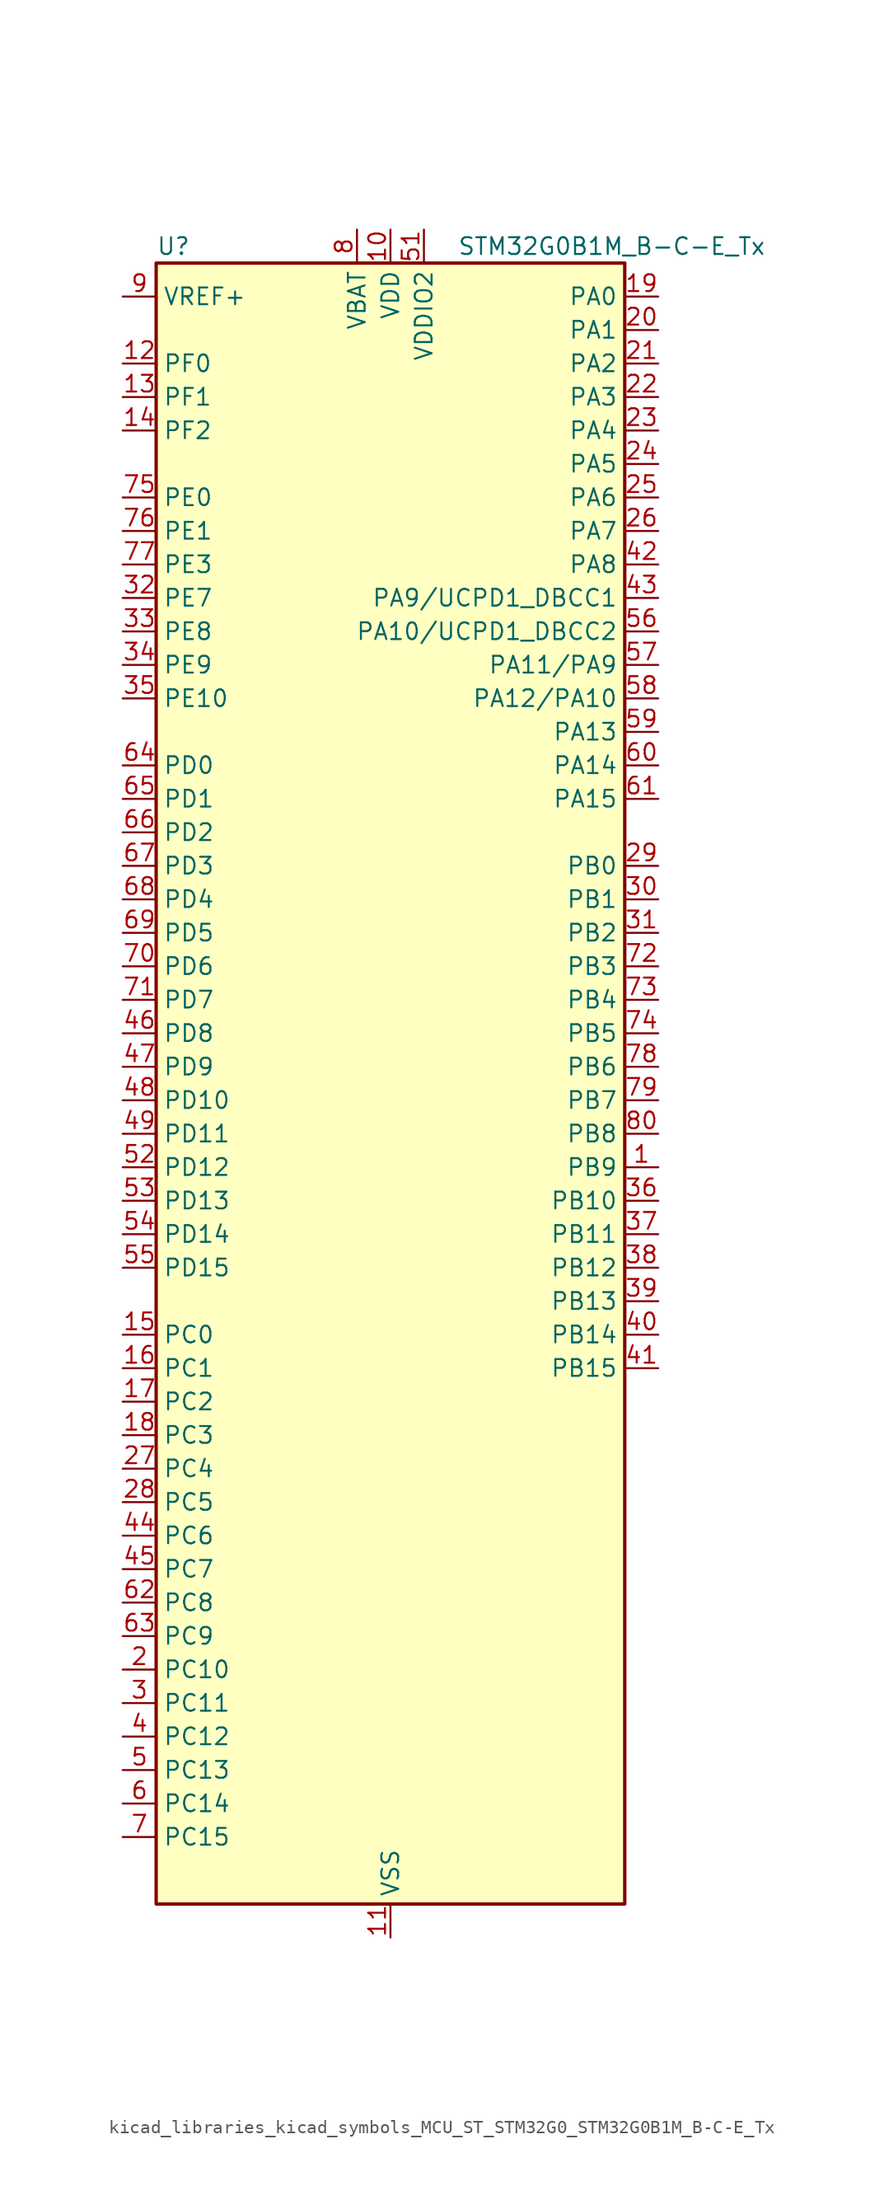
<source format=kicad_sym>
(kicad_symbol_lib
  (version 20220914)
  (generator kicad_symbol_editor)
  (symbol "kicad_libraries_kicad_symbols_MCU_ST_STM32G0_STM32G0B1M_B-C-E_Tx"
    (property "Reference" "U"
      (at -17.78 64.77 0)
      (effects (font (size 1.27 1.27)) (justify left)))
    (property "Value" "STM32G0B1M_B-C-E_Tx"
      (at 5.08 64.77 0)
      (effects (font (size 1.27 1.27)) (justify left)))
    (property "ki_locked" ""
      (at 0 0 0)
      (effects (font (size 1.27 1.27))))
    (symbol "kicad_libraries_kicad_symbols_MCU_ST_STM32G0_STM32G0B1M_B-C-E_Tx_0_1"
      (rectangle (start -17.78 -60.96) (end 17.78 63.5) (stroke (width 0.254) (type default)) (fill (type background))))
    (symbol "kicad_libraries_kicad_symbols_MCU_ST_STM32G0_STM32G0B1M_B-C-E_Tx_1_1"
      (pin bidirectional line (at 20.32 -5.08 180) (length 2.54) (name "PB9" (effects (font (size 1.27 1.27)))) (number "1" (effects (font (size 1.27 1.27)))) (alternate "DAC1_EXTI9" bidirectional line) (alternate "FDCAN1_TX" bidirectional line) (alternate "I2C1_SDA" bidirectional line) (alternate "I2S2_WS" bidirectional line) (alternate "IR_OUT" bidirectional line) (alternate "SPI2_NSS" bidirectional line) (alternate "TIM17_CH1" bidirectional line) (alternate "TIM4_CH4" bidirectional line) (alternate "UCPD2_FRSTX1" bidirectional line) (alternate "UCPD2_FRSTX2" bidirectional line) (alternate "USART3_RX" bidirectional line) (alternate "USART6_RX" bidirectional line))
      (pin power_in line (at 0 66.04 270) (length 2.54) (name "VDD" (effects (font (size 1.27 1.27)))) (number "10" (effects (font (size 1.27 1.27)))))
      (pin power_in line (at 0 -63.5 90) (length 2.54) (name "VSS" (effects (font (size 1.27 1.27)))) (number "11" (effects (font (size 1.27 1.27)))))
      (pin bidirectional line (at -20.32 55.88 0) (length 2.54) (name "PF0" (effects (font (size 1.27 1.27)))) (number "12" (effects (font (size 1.27 1.27)))) (alternate "CRS1_SYNC" bidirectional line) (alternate "RCC_OSC_IN" bidirectional line) (alternate "TIM14_CH1" bidirectional line))
      (pin bidirectional line (at -20.32 53.34 0) (length 2.54) (name "PF1" (effects (font (size 1.27 1.27)))) (number "13" (effects (font (size 1.27 1.27)))) (alternate "RCC_OSC_EN" bidirectional line) (alternate "RCC_OSC_OUT" bidirectional line) (alternate "TIM15_CH1N" bidirectional line))
      (pin bidirectional line (at -20.32 50.8 0) (length 2.54) (name "PF2" (effects (font (size 1.27 1.27)))) (number "14" (effects (font (size 1.27 1.27)))) (alternate "LPUART2_DE" bidirectional line) (alternate "LPUART2_RTS" bidirectional line) (alternate "LPUART2_TX" bidirectional line) (alternate "RCC_MCO" bidirectional line))
      (pin bidirectional line (at -20.32 -17.78 0) (length 2.54) (name "PC0" (effects (font (size 1.27 1.27)))) (number "15" (effects (font (size 1.27 1.27)))) (alternate "COMP3_INM" bidirectional line) (alternate "COMP3_OUT" bidirectional line) (alternate "I2C3_SCL" bidirectional line) (alternate "LPTIM1_IN1" bidirectional line) (alternate "LPTIM2_IN1" bidirectional line) (alternate "LPUART1_RX" bidirectional line) (alternate "LPUART2_TX" bidirectional line) (alternate "USART6_TX" bidirectional line))
      (pin bidirectional line (at -20.32 -20.32 0) (length 2.54) (name "PC1" (effects (font (size 1.27 1.27)))) (number "16" (effects (font (size 1.27 1.27)))) (alternate "COMP3_INP" bidirectional line) (alternate "I2C3_SDA" bidirectional line) (alternate "LPTIM1_OUT" bidirectional line) (alternate "LPUART1_TX" bidirectional line) (alternate "LPUART2_RX" bidirectional line) (alternate "TIM15_CH1" bidirectional line) (alternate "USART6_RX" bidirectional line))
      (pin bidirectional line (at -20.32 -22.86 0) (length 2.54) (name "PC2" (effects (font (size 1.27 1.27)))) (number "17" (effects (font (size 1.27 1.27)))) (alternate "COMP3_OUT" bidirectional line) (alternate "FDCAN2_RX" bidirectional line) (alternate "I2S2_MCK" bidirectional line) (alternate "LPTIM1_IN2" bidirectional line) (alternate "SPI2_MISO" bidirectional line) (alternate "TIM15_CH2" bidirectional line))
      (pin bidirectional line (at -20.32 -25.4 0) (length 2.54) (name "PC3" (effects (font (size 1.27 1.27)))) (number "18" (effects (font (size 1.27 1.27)))) (alternate "FDCAN2_TX" bidirectional line) (alternate "I2S2_SD" bidirectional line) (alternate "LPTIM1_ETR" bidirectional line) (alternate "LPTIM2_ETR" bidirectional line) (alternate "SPI2_MOSI" bidirectional line))
      (pin bidirectional line (at 20.32 60.96 180) (length 2.54) (name "PA0" (effects (font (size 1.27 1.27)))) (number "19" (effects (font (size 1.27 1.27)))) (alternate "ADC1_IN0" bidirectional line) (alternate "COMP1_INM" bidirectional line) (alternate "COMP1_OUT" bidirectional line) (alternate "I2S2_CK" bidirectional line) (alternate "LPTIM1_OUT" bidirectional line) (alternate "RTC_TAMP_IN2" bidirectional line) (alternate "SPI2_SCK" bidirectional line) (alternate "SYS_WKUP1" bidirectional line) (alternate "TIM2_CH1" bidirectional line) (alternate "TIM2_ETR" bidirectional line) (alternate "UCPD2_FRSTX1" bidirectional line) (alternate "UCPD2_FRSTX2" bidirectional line) (alternate "USART2_CTS" bidirectional line) (alternate "USART2_NSS" bidirectional line) (alternate "USART4_TX" bidirectional line))
      (pin bidirectional line (at -20.32 -43.18 0) (length 2.54) (name "PC10" (effects (font (size 1.27 1.27)))) (number "2" (effects (font (size 1.27 1.27)))) (alternate "SPI3_SCK" bidirectional line) (alternate "TIM1_CH3" bidirectional line) (alternate "USART3_TX" bidirectional line) (alternate "USART4_TX" bidirectional line))
      (pin bidirectional line (at 20.32 58.42 180) (length 2.54) (name "PA1" (effects (font (size 1.27 1.27)))) (number "20" (effects (font (size 1.27 1.27)))) (alternate "ADC1_IN1" bidirectional line) (alternate "COMP1_INP" bidirectional line) (alternate "I2C1_SMBA" bidirectional line) (alternate "I2S1_CK" bidirectional line) (alternate "SPI1_SCK" bidirectional line) (alternate "TIM15_CH1N" bidirectional line) (alternate "TIM2_CH2" bidirectional line) (alternate "USART2_CK" bidirectional line) (alternate "USART2_DE" bidirectional line) (alternate "USART2_RTS" bidirectional line) (alternate "USART4_RX" bidirectional line))
      (pin bidirectional line (at 20.32 55.88 180) (length 2.54) (name "PA2" (effects (font (size 1.27 1.27)))) (number "21" (effects (font (size 1.27 1.27)))) (alternate "ADC1_IN2" bidirectional line) (alternate "COMP2_INM" bidirectional line) (alternate "COMP2_OUT" bidirectional line) (alternate "I2S1_SD" bidirectional line) (alternate "LPUART1_TX" bidirectional line) (alternate "RCC_LSCO" bidirectional line) (alternate "SPI1_MOSI" bidirectional line) (alternate "SYS_WKUP4" bidirectional line) (alternate "TIM15_CH1" bidirectional line) (alternate "TIM2_CH3" bidirectional line) (alternate "UCPD1_FRSTX1" bidirectional line) (alternate "UCPD1_FRSTX2" bidirectional line) (alternate "USART2_TX" bidirectional line))
      (pin bidirectional line (at 20.32 53.34 180) (length 2.54) (name "PA3" (effects (font (size 1.27 1.27)))) (number "22" (effects (font (size 1.27 1.27)))) (alternate "ADC1_IN3" bidirectional line) (alternate "COMP2_INP" bidirectional line) (alternate "I2S2_MCK" bidirectional line) (alternate "LPUART1_RX" bidirectional line) (alternate "SPI2_MISO" bidirectional line) (alternate "TIM15_CH2" bidirectional line) (alternate "TIM2_CH4" bidirectional line) (alternate "UCPD2_FRSTX1" bidirectional line) (alternate "UCPD2_FRSTX2" bidirectional line) (alternate "USART2_RX" bidirectional line))
      (pin bidirectional line (at 20.32 50.8 180) (length 2.54) (name "PA4" (effects (font (size 1.27 1.27)))) (number "23" (effects (font (size 1.27 1.27)))) (alternate "ADC1_IN4" bidirectional line) (alternate "DAC1_OUT1" bidirectional line) (alternate "I2S1_WS" bidirectional line) (alternate "I2S2_SD" bidirectional line) (alternate "LPTIM2_OUT" bidirectional line) (alternate "RTC_OUT2" bidirectional line) (alternate "SPI1_NSS" bidirectional line) (alternate "SPI2_MOSI" bidirectional line) (alternate "SPI3_NSS" bidirectional line) (alternate "TIM14_CH1" bidirectional line) (alternate "UCPD2_FRSTX1" bidirectional line) (alternate "UCPD2_FRSTX2" bidirectional line) (alternate "USART6_TX" bidirectional line) (alternate "USB_NOE" bidirectional line))
      (pin bidirectional line (at 20.32 48.26 180) (length 2.54) (name "PA5" (effects (font (size 1.27 1.27)))) (number "24" (effects (font (size 1.27 1.27)))) (alternate "ADC1_IN5" bidirectional line) (alternate "CEC" bidirectional line) (alternate "DAC1_OUT2" bidirectional line) (alternate "I2S1_CK" bidirectional line) (alternate "LPTIM2_ETR" bidirectional line) (alternate "SPI1_SCK" bidirectional line) (alternate "TIM2_CH1" bidirectional line) (alternate "TIM2_ETR" bidirectional line) (alternate "UCPD1_FRSTX1" bidirectional line) (alternate "UCPD1_FRSTX2" bidirectional line) (alternate "USART3_TX" bidirectional line) (alternate "USART6_RX" bidirectional line))
      (pin bidirectional line (at 20.32 45.72 180) (length 2.54) (name "PA6" (effects (font (size 1.27 1.27)))) (number "25" (effects (font (size 1.27 1.27)))) (alternate "ADC1_IN6" bidirectional line) (alternate "COMP1_OUT" bidirectional line) (alternate "I2C2_SDA" bidirectional line) (alternate "I2C3_SDA" bidirectional line) (alternate "I2S1_MCK" bidirectional line) (alternate "LPUART1_CTS" bidirectional line) (alternate "SPI1_MISO" bidirectional line) (alternate "TIM16_CH1" bidirectional line) (alternate "TIM1_BK" bidirectional line) (alternate "TIM3_CH1" bidirectional line) (alternate "USART3_CTS" bidirectional line) (alternate "USART3_NSS" bidirectional line) (alternate "USART6_CTS" bidirectional line) (alternate "USART6_NSS" bidirectional line))
      (pin bidirectional line (at 20.32 43.18 180) (length 2.54) (name "PA7" (effects (font (size 1.27 1.27)))) (number "26" (effects (font (size 1.27 1.27)))) (alternate "ADC1_IN7" bidirectional line) (alternate "COMP2_OUT" bidirectional line) (alternate "I2C2_SCL" bidirectional line) (alternate "I2C3_SCL" bidirectional line) (alternate "I2S1_SD" bidirectional line) (alternate "SPI1_MOSI" bidirectional line) (alternate "TIM14_CH1" bidirectional line) (alternate "TIM17_CH1" bidirectional line) (alternate "TIM1_CH1N" bidirectional line) (alternate "TIM3_CH2" bidirectional line) (alternate "UCPD1_FRSTX1" bidirectional line) (alternate "UCPD1_FRSTX2" bidirectional line) (alternate "USART6_CK" bidirectional line) (alternate "USART6_DE" bidirectional line) (alternate "USART6_RTS" bidirectional line))
      (pin bidirectional line (at -20.32 -27.94 0) (length 2.54) (name "PC4" (effects (font (size 1.27 1.27)))) (number "27" (effects (font (size 1.27 1.27)))) (alternate "ADC1_IN17" bidirectional line) (alternate "COMP1_INM" bidirectional line) (alternate "FDCAN1_RX" bidirectional line) (alternate "TIM2_CH1" bidirectional line) (alternate "TIM2_ETR" bidirectional line) (alternate "USART1_TX" bidirectional line) (alternate "USART3_TX" bidirectional line))
      (pin bidirectional line (at -20.32 -30.48 0) (length 2.54) (name "PC5" (effects (font (size 1.27 1.27)))) (number "28" (effects (font (size 1.27 1.27)))) (alternate "ADC1_IN18" bidirectional line) (alternate "COMP1_INP" bidirectional line) (alternate "FDCAN1_TX" bidirectional line) (alternate "SYS_WKUP5" bidirectional line) (alternate "TIM2_CH2" bidirectional line) (alternate "USART1_RX" bidirectional line) (alternate "USART3_RX" bidirectional line))
      (pin bidirectional line (at 20.32 17.78 180) (length 2.54) (name "PB0" (effects (font (size 1.27 1.27)))) (number "29" (effects (font (size 1.27 1.27)))) (alternate "ADC1_IN8" bidirectional line) (alternate "COMP1_OUT" bidirectional line) (alternate "COMP3_INP" bidirectional line) (alternate "FDCAN2_RX" bidirectional line) (alternate "I2S1_WS" bidirectional line) (alternate "LPTIM1_OUT" bidirectional line) (alternate "LPUART2_CTS" bidirectional line) (alternate "SPI1_NSS" bidirectional line) (alternate "TIM1_CH2N" bidirectional line) (alternate "TIM3_CH3" bidirectional line) (alternate "UCPD1_FRSTX1" bidirectional line) (alternate "UCPD1_FRSTX2" bidirectional line) (alternate "USART3_RX" bidirectional line) (alternate "USART5_TX" bidirectional line))
      (pin bidirectional line (at -20.32 -45.72 0) (length 2.54) (name "PC11" (effects (font (size 1.27 1.27)))) (number "3" (effects (font (size 1.27 1.27)))) (alternate "ADC1_EXTI11" bidirectional line) (alternate "SPI3_MISO" bidirectional line) (alternate "TIM1_CH4" bidirectional line) (alternate "USART3_RX" bidirectional line) (alternate "USART4_RX" bidirectional line))
      (pin bidirectional line (at 20.32 15.24 180) (length 2.54) (name "PB1" (effects (font (size 1.27 1.27)))) (number "30" (effects (font (size 1.27 1.27)))) (alternate "ADC1_IN9" bidirectional line) (alternate "COMP1_INM" bidirectional line) (alternate "COMP3_OUT" bidirectional line) (alternate "FDCAN2_TX" bidirectional line) (alternate "LPTIM2_IN1" bidirectional line) (alternate "LPUART1_DE" bidirectional line) (alternate "LPUART1_RTS" bidirectional line) (alternate "LPUART2_DE" bidirectional line) (alternate "LPUART2_RTS" bidirectional line) (alternate "TIM14_CH1" bidirectional line) (alternate "TIM1_CH3N" bidirectional line) (alternate "TIM3_CH4" bidirectional line) (alternate "USART3_CK" bidirectional line) (alternate "USART3_DE" bidirectional line) (alternate "USART3_RTS" bidirectional line) (alternate "USART5_RX" bidirectional line))
      (pin bidirectional line (at 20.32 12.7 180) (length 2.54) (name "PB2" (effects (font (size 1.27 1.27)))) (number "31" (effects (font (size 1.27 1.27)))) (alternate "ADC1_IN10" bidirectional line) (alternate "COMP1_INP" bidirectional line) (alternate "COMP3_INM" bidirectional line) (alternate "I2S2_MCK" bidirectional line) (alternate "LPTIM1_OUT" bidirectional line) (alternate "RCC_MCO_2" bidirectional line) (alternate "SPI2_MISO" bidirectional line) (alternate "USART3_TX" bidirectional line))
      (pin bidirectional line (at -20.32 38.1 0) (length 2.54) (name "PE7" (effects (font (size 1.27 1.27)))) (number "32" (effects (font (size 1.27 1.27)))) (alternate "COMP3_INP" bidirectional line) (alternate "TIM1_ETR" bidirectional line) (alternate "USART5_CK" bidirectional line) (alternate "USART5_DE" bidirectional line) (alternate "USART5_RTS" bidirectional line))
      (pin bidirectional line (at -20.32 35.56 0) (length 2.54) (name "PE8" (effects (font (size 1.27 1.27)))) (number "33" (effects (font (size 1.27 1.27)))) (alternate "COMP3_INM" bidirectional line) (alternate "TIM1_CH1N" bidirectional line) (alternate "USART4_TX" bidirectional line))
      (pin bidirectional line (at -20.32 33.02 0) (length 2.54) (name "PE9" (effects (font (size 1.27 1.27)))) (number "34" (effects (font (size 1.27 1.27)))) (alternate "DAC1_EXTI9" bidirectional line) (alternate "TIM1_CH1" bidirectional line) (alternate "USART4_RX" bidirectional line))
      (pin bidirectional line (at -20.32 30.48 0) (length 2.54) (name "PE10" (effects (font (size 1.27 1.27)))) (number "35" (effects (font (size 1.27 1.27)))) (alternate "TIM1_CH2N" bidirectional line) (alternate "USART5_TX" bidirectional line))
      (pin bidirectional line (at 20.32 -7.62 180) (length 2.54) (name "PB10" (effects (font (size 1.27 1.27)))) (number "36" (effects (font (size 1.27 1.27)))) (alternate "ADC1_IN11" bidirectional line) (alternate "CEC" bidirectional line) (alternate "COMP1_OUT" bidirectional line) (alternate "I2C2_SCL" bidirectional line) (alternate "I2S2_CK" bidirectional line) (alternate "LPUART1_RX" bidirectional line) (alternate "SPI2_SCK" bidirectional line) (alternate "TIM2_CH3" bidirectional line) (alternate "USART3_TX" bidirectional line))
      (pin bidirectional line (at 20.32 -10.16 180) (length 2.54) (name "PB11" (effects (font (size 1.27 1.27)))) (number "37" (effects (font (size 1.27 1.27)))) (alternate "ADC1_EXTI11" bidirectional line) (alternate "ADC1_IN15" bidirectional line) (alternate "COMP2_OUT" bidirectional line) (alternate "I2C2_SDA" bidirectional line) (alternate "I2S2_SD" bidirectional line) (alternate "LPUART1_TX" bidirectional line) (alternate "SPI2_MOSI" bidirectional line) (alternate "TIM2_CH4" bidirectional line) (alternate "USART3_RX" bidirectional line))
      (pin bidirectional line (at 20.32 -12.7 180) (length 2.54) (name "PB12" (effects (font (size 1.27 1.27)))) (number "38" (effects (font (size 1.27 1.27)))) (alternate "ADC1_IN16" bidirectional line) (alternate "FDCAN2_RX" bidirectional line) (alternate "I2C2_SMBA" bidirectional line) (alternate "I2S2_WS" bidirectional line) (alternate "LPUART1_DE" bidirectional line) (alternate "LPUART1_RTS" bidirectional line) (alternate "SPI2_NSS" bidirectional line) (alternate "TIM15_BK" bidirectional line) (alternate "TIM1_BK" bidirectional line) (alternate "UCPD2_FRSTX1" bidirectional line) (alternate "UCPD2_FRSTX2" bidirectional line))
      (pin bidirectional line (at 20.32 -15.24 180) (length 2.54) (name "PB13" (effects (font (size 1.27 1.27)))) (number "39" (effects (font (size 1.27 1.27)))) (alternate "FDCAN2_TX" bidirectional line) (alternate "I2C2_SCL" bidirectional line) (alternate "I2S2_CK" bidirectional line) (alternate "LPUART1_CTS" bidirectional line) (alternate "SPI2_SCK" bidirectional line) (alternate "TIM15_CH1N" bidirectional line) (alternate "TIM1_CH1N" bidirectional line) (alternate "USART3_CTS" bidirectional line) (alternate "USART3_NSS" bidirectional line))
      (pin bidirectional line (at -20.32 -48.26 0) (length 2.54) (name "PC12" (effects (font (size 1.27 1.27)))) (number "4" (effects (font (size 1.27 1.27)))) (alternate "LPTIM1_IN1" bidirectional line) (alternate "SPI3_MOSI" bidirectional line) (alternate "TIM14_CH1" bidirectional line) (alternate "UCPD1_FRSTX1" bidirectional line) (alternate "UCPD1_FRSTX2" bidirectional line) (alternate "USART5_TX" bidirectional line))
      (pin bidirectional line (at 20.32 -17.78 180) (length 2.54) (name "PB14" (effects (font (size 1.27 1.27)))) (number "40" (effects (font (size 1.27 1.27)))) (alternate "I2C2_SDA" bidirectional line) (alternate "I2S2_MCK" bidirectional line) (alternate "SPI2_MISO" bidirectional line) (alternate "TIM15_CH1" bidirectional line) (alternate "TIM1_CH2N" bidirectional line) (alternate "UCPD1_FRSTX1" bidirectional line) (alternate "UCPD1_FRSTX2" bidirectional line) (alternate "USART3_CK" bidirectional line) (alternate "USART3_DE" bidirectional line) (alternate "USART3_RTS" bidirectional line) (alternate "USART6_CK" bidirectional line) (alternate "USART6_DE" bidirectional line) (alternate "USART6_RTS" bidirectional line))
      (pin bidirectional line (at 20.32 -20.32 180) (length 2.54) (name "PB15" (effects (font (size 1.27 1.27)))) (number "41" (effects (font (size 1.27 1.27)))) (alternate "I2S2_SD" bidirectional line) (alternate "RTC_REFIN" bidirectional line) (alternate "SPI2_MOSI" bidirectional line) (alternate "TIM15_CH1N" bidirectional line) (alternate "TIM15_CH2" bidirectional line) (alternate "TIM1_CH3N" bidirectional line) (alternate "UCPD1_CC2" bidirectional line) (alternate "USART6_CTS" bidirectional line) (alternate "USART6_NSS" bidirectional line))
      (pin bidirectional line (at 20.32 40.64 180) (length 2.54) (name "PA8" (effects (font (size 1.27 1.27)))) (number "42" (effects (font (size 1.27 1.27)))) (alternate "CRS1_SYNC" bidirectional line) (alternate "I2C2_SMBA" bidirectional line) (alternate "I2S2_WS" bidirectional line) (alternate "LPTIM2_OUT" bidirectional line) (alternate "RCC_MCO" bidirectional line) (alternate "SPI2_NSS" bidirectional line) (alternate "TIM1_CH1" bidirectional line) (alternate "UCPD1_CC1" bidirectional line))
      (pin bidirectional line (at 20.32 38.1 180) (length 2.54) (name "PA9/UCPD1_DBCC1" (effects (font (size 1.27 1.27)))) (number "43" (effects (font (size 1.27 1.27)))) (alternate "DAC1_EXTI9" bidirectional line) (alternate "I2C1_SCL" bidirectional line) (alternate "I2C2_SCL" bidirectional line) (alternate "I2S2_MCK" bidirectional line) (alternate "RCC_MCO" bidirectional line) (alternate "SPI2_MISO" bidirectional line) (alternate "TIM15_BK" bidirectional line) (alternate "TIM1_CH2" bidirectional line) (alternate "UCPD1_DBCC1" bidirectional line) (alternate "USART1_TX" bidirectional line))
      (pin bidirectional line (at -20.32 -33.02 0) (length 2.54) (name "PC6" (effects (font (size 1.27 1.27)))) (number "44" (effects (font (size 1.27 1.27)))) (alternate "LPUART2_TX" bidirectional line) (alternate "TIM2_CH3" bidirectional line) (alternate "TIM3_CH1" bidirectional line) (alternate "UCPD1_FRSTX1" bidirectional line) (alternate "UCPD1_FRSTX2" bidirectional line))
      (pin bidirectional line (at -20.32 -35.56 0) (length 2.54) (name "PC7" (effects (font (size 1.27 1.27)))) (number "45" (effects (font (size 1.27 1.27)))) (alternate "LPUART2_RX" bidirectional line) (alternate "TIM2_CH4" bidirectional line) (alternate "TIM3_CH2" bidirectional line) (alternate "UCPD2_FRSTX1" bidirectional line) (alternate "UCPD2_FRSTX2" bidirectional line))
      (pin bidirectional line (at -20.32 5.08 0) (length 2.54) (name "PD8" (effects (font (size 1.27 1.27)))) (number "46" (effects (font (size 1.27 1.27)))) (alternate "I2S1_CK" bidirectional line) (alternate "LPTIM1_OUT" bidirectional line) (alternate "SPI1_SCK" bidirectional line) (alternate "USART3_TX" bidirectional line))
      (pin bidirectional line (at -20.32 2.54 0) (length 2.54) (name "PD9" (effects (font (size 1.27 1.27)))) (number "47" (effects (font (size 1.27 1.27)))) (alternate "DAC1_EXTI9" bidirectional line) (alternate "I2S1_WS" bidirectional line) (alternate "SPI1_NSS" bidirectional line) (alternate "TIM1_BK2" bidirectional line) (alternate "USART3_RX" bidirectional line))
      (pin bidirectional line (at -20.32 0 0) (length 2.54) (name "PD10" (effects (font (size 1.27 1.27)))) (number "48" (effects (font (size 1.27 1.27)))) (alternate "RCC_MCO" bidirectional line))
      (pin bidirectional line (at -20.32 -2.54 0) (length 2.54) (name "PD11" (effects (font (size 1.27 1.27)))) (number "49" (effects (font (size 1.27 1.27)))) (alternate "ADC1_EXTI11" bidirectional line) (alternate "LPTIM2_ETR" bidirectional line) (alternate "USART3_CTS" bidirectional line) (alternate "USART3_NSS" bidirectional line))
      (pin bidirectional line (at -20.32 -50.8 0) (length 2.54) (name "PC13" (effects (font (size 1.27 1.27)))) (number "5" (effects (font (size 1.27 1.27)))) (alternate "RTC_OUT1" bidirectional line) (alternate "RTC_TAMP_IN1" bidirectional line) (alternate "RTC_TS" bidirectional line) (alternate "SYS_WKUP2" bidirectional line) (alternate "TIM1_BK" bidirectional line))
      (pin passive line (at 0 -63.5 90) (length 2.54) hide (name "VSS" (effects (font (size 1.27 1.27)))) (number "50" (effects (font (size 1.27 1.27)))))
      (pin power_in line (at 2.54 66.04 270) (length 2.54) (name "VDDIO2" (effects (font (size 1.27 1.27)))) (number "51" (effects (font (size 1.27 1.27)))))
      (pin bidirectional line (at -20.32 -5.08 0) (length 2.54) (name "PD12" (effects (font (size 1.27 1.27)))) (number "52" (effects (font (size 1.27 1.27)))) (alternate "FDCAN1_RX" bidirectional line) (alternate "LPTIM2_IN1" bidirectional line) (alternate "TIM4_CH1" bidirectional line) (alternate "USART3_CK" bidirectional line) (alternate "USART3_DE" bidirectional line) (alternate "USART3_RTS" bidirectional line))
      (pin bidirectional line (at -20.32 -7.62 0) (length 2.54) (name "PD13" (effects (font (size 1.27 1.27)))) (number "53" (effects (font (size 1.27 1.27)))) (alternate "FDCAN1_TX" bidirectional line) (alternate "LPTIM2_OUT" bidirectional line) (alternate "TIM4_CH2" bidirectional line))
      (pin bidirectional line (at -20.32 -10.16 0) (length 2.54) (name "PD14" (effects (font (size 1.27 1.27)))) (number "54" (effects (font (size 1.27 1.27)))) (alternate "FDCAN2_RX" bidirectional line) (alternate "LPUART2_CTS" bidirectional line) (alternate "TIM4_CH3" bidirectional line))
      (pin bidirectional line (at -20.32 -12.7 0) (length 2.54) (name "PD15" (effects (font (size 1.27 1.27)))) (number "55" (effects (font (size 1.27 1.27)))) (alternate "CRS1_SYNC" bidirectional line) (alternate "FDCAN2_TX" bidirectional line) (alternate "LPUART2_DE" bidirectional line) (alternate "LPUART2_RTS" bidirectional line) (alternate "TIM4_CH4" bidirectional line))
      (pin bidirectional line (at 20.32 35.56 180) (length 2.54) (name "PA10/UCPD1_DBCC2" (effects (font (size 1.27 1.27)))) (number "56" (effects (font (size 1.27 1.27)))) (alternate "I2C1_SDA" bidirectional line) (alternate "I2C2_SDA" bidirectional line) (alternate "I2S2_SD" bidirectional line) (alternate "RCC_MCO_2" bidirectional line) (alternate "SPI2_MOSI" bidirectional line) (alternate "TIM17_BK" bidirectional line) (alternate "TIM1_CH3" bidirectional line) (alternate "UCPD1_DBCC2" bidirectional line) (alternate "USART1_RX" bidirectional line))
      (pin bidirectional line (at 20.32 33.02 180) (length 2.54) (name "PA11/PA9" (effects (font (size 1.27 1.27)))) (number "57" (effects (font (size 1.27 1.27)))) (alternate "ADC1_EXTI11" bidirectional line) (alternate "COMP1_OUT" bidirectional line) (alternate "FDCAN1_RX" bidirectional line) (alternate "I2C2_SCL" bidirectional line) (alternate "I2S1_MCK" bidirectional line) (alternate "SPI1_MISO" bidirectional line) (alternate "TIM1_BK2" bidirectional line) (alternate "TIM1_CH4" bidirectional line) (alternate "USART1_CTS" bidirectional line) (alternate "USART1_NSS" bidirectional line) (alternate "USB_DM" bidirectional line))
      (pin bidirectional line (at 20.32 30.48 180) (length 2.54) (name "PA12/PA10" (effects (font (size 1.27 1.27)))) (number "58" (effects (font (size 1.27 1.27)))) (alternate "COMP2_OUT" bidirectional line) (alternate "FDCAN1_TX" bidirectional line) (alternate "I2C2_SDA" bidirectional line) (alternate "I2S1_SD" bidirectional line) (alternate "I2S_CKIN" bidirectional line) (alternate "SPI1_MOSI" bidirectional line) (alternate "TIM1_ETR" bidirectional line) (alternate "USART1_CK" bidirectional line) (alternate "USART1_DE" bidirectional line) (alternate "USART1_RTS" bidirectional line) (alternate "USB_DP" bidirectional line))
      (pin bidirectional line (at 20.32 27.94 180) (length 2.54) (name "PA13" (effects (font (size 1.27 1.27)))) (number "59" (effects (font (size 1.27 1.27)))) (alternate "IR_OUT" bidirectional line) (alternate "LPUART2_RX" bidirectional line) (alternate "SYS_SWDIO" bidirectional line) (alternate "USB_NOE" bidirectional line))
      (pin bidirectional line (at -20.32 -53.34 0) (length 2.54) (name "PC14" (effects (font (size 1.27 1.27)))) (number "6" (effects (font (size 1.27 1.27)))) (alternate "RCC_OSC32_IN" bidirectional line) (alternate "TIM1_BK2" bidirectional line))
      (pin bidirectional line (at 20.32 25.4 180) (length 2.54) (name "PA14" (effects (font (size 1.27 1.27)))) (number "60" (effects (font (size 1.27 1.27)))) (alternate "LPUART2_TX" bidirectional line) (alternate "SYS_SWCLK" bidirectional line) (alternate "USART2_TX" bidirectional line))
      (pin bidirectional line (at 20.32 22.86 180) (length 2.54) (name "PA15" (effects (font (size 1.27 1.27)))) (number "61" (effects (font (size 1.27 1.27)))) (alternate "I2C2_SMBA" bidirectional line) (alternate "I2S1_WS" bidirectional line) (alternate "RCC_MCO_2" bidirectional line) (alternate "SPI1_NSS" bidirectional line) (alternate "SPI3_NSS" bidirectional line) (alternate "TIM2_CH1" bidirectional line) (alternate "TIM2_ETR" bidirectional line) (alternate "USART2_RX" bidirectional line) (alternate "USART3_CK" bidirectional line) (alternate "USART3_DE" bidirectional line) (alternate "USART3_RTS" bidirectional line) (alternate "USART4_CK" bidirectional line) (alternate "USART4_DE" bidirectional line) (alternate "USART4_RTS" bidirectional line) (alternate "USB_NOE" bidirectional line))
      (pin bidirectional line (at -20.32 -38.1 0) (length 2.54) (name "PC8" (effects (font (size 1.27 1.27)))) (number "62" (effects (font (size 1.27 1.27)))) (alternate "LPUART2_CTS" bidirectional line) (alternate "TIM1_CH1" bidirectional line) (alternate "TIM3_CH3" bidirectional line) (alternate "UCPD2_FRSTX1" bidirectional line) (alternate "UCPD2_FRSTX2" bidirectional line))
      (pin bidirectional line (at -20.32 -40.64 0) (length 2.54) (name "PC9" (effects (font (size 1.27 1.27)))) (number "63" (effects (font (size 1.27 1.27)))) (alternate "DAC1_EXTI9" bidirectional line) (alternate "I2S_CKIN" bidirectional line) (alternate "LPUART2_DE" bidirectional line) (alternate "LPUART2_RTS" bidirectional line) (alternate "TIM1_CH2" bidirectional line) (alternate "TIM3_CH4" bidirectional line) (alternate "USB_NOE" bidirectional line))
      (pin bidirectional line (at -20.32 25.4 0) (length 2.54) (name "PD0" (effects (font (size 1.27 1.27)))) (number "64" (effects (font (size 1.27 1.27)))) (alternate "FDCAN1_RX" bidirectional line) (alternate "I2S2_WS" bidirectional line) (alternate "SPI2_NSS" bidirectional line) (alternate "TIM16_CH1" bidirectional line) (alternate "UCPD2_CC1" bidirectional line))
      (pin bidirectional line (at -20.32 22.86 0) (length 2.54) (name "PD1" (effects (font (size 1.27 1.27)))) (number "65" (effects (font (size 1.27 1.27)))) (alternate "FDCAN1_TX" bidirectional line) (alternate "I2S2_CK" bidirectional line) (alternate "SPI2_SCK" bidirectional line) (alternate "TIM17_CH1" bidirectional line) (alternate "UCPD2_DBCC1" bidirectional line))
      (pin bidirectional line (at -20.32 20.32 0) (length 2.54) (name "PD2" (effects (font (size 1.27 1.27)))) (number "66" (effects (font (size 1.27 1.27)))) (alternate "TIM1_CH1N" bidirectional line) (alternate "TIM3_ETR" bidirectional line) (alternate "UCPD2_CC2" bidirectional line) (alternate "USART3_CK" bidirectional line) (alternate "USART3_DE" bidirectional line) (alternate "USART3_RTS" bidirectional line) (alternate "USART5_RX" bidirectional line))
      (pin bidirectional line (at -20.32 17.78 0) (length 2.54) (name "PD3" (effects (font (size 1.27 1.27)))) (number "67" (effects (font (size 1.27 1.27)))) (alternate "I2S2_MCK" bidirectional line) (alternate "SPI2_MISO" bidirectional line) (alternate "TIM1_CH2N" bidirectional line) (alternate "UCPD2_DBCC2" bidirectional line) (alternate "USART2_CTS" bidirectional line) (alternate "USART2_NSS" bidirectional line) (alternate "USART5_TX" bidirectional line))
      (pin bidirectional line (at -20.32 15.24 0) (length 2.54) (name "PD4" (effects (font (size 1.27 1.27)))) (number "68" (effects (font (size 1.27 1.27)))) (alternate "I2S2_SD" bidirectional line) (alternate "SPI2_MOSI" bidirectional line) (alternate "TIM1_CH3N" bidirectional line) (alternate "USART2_CK" bidirectional line) (alternate "USART2_DE" bidirectional line) (alternate "USART2_RTS" bidirectional line) (alternate "USART5_CK" bidirectional line) (alternate "USART5_DE" bidirectional line) (alternate "USART5_RTS" bidirectional line))
      (pin bidirectional line (at -20.32 12.7 0) (length 2.54) (name "PD5" (effects (font (size 1.27 1.27)))) (number "69" (effects (font (size 1.27 1.27)))) (alternate "I2S1_MCK" bidirectional line) (alternate "SPI1_MISO" bidirectional line) (alternate "TIM1_BK" bidirectional line) (alternate "USART2_TX" bidirectional line) (alternate "USART5_CTS" bidirectional line) (alternate "USART5_NSS" bidirectional line))
      (pin bidirectional line (at -20.32 -55.88 0) (length 2.54) (name "PC15" (effects (font (size 1.27 1.27)))) (number "7" (effects (font (size 1.27 1.27)))) (alternate "RCC_OSC32_EN" bidirectional line) (alternate "RCC_OSC32_OUT" bidirectional line) (alternate "RCC_OSC_EN" bidirectional line) (alternate "TIM15_BK" bidirectional line))
      (pin bidirectional line (at -20.32 10.16 0) (length 2.54) (name "PD6" (effects (font (size 1.27 1.27)))) (number "70" (effects (font (size 1.27 1.27)))) (alternate "I2S1_SD" bidirectional line) (alternate "LPTIM2_OUT" bidirectional line) (alternate "SPI1_MOSI" bidirectional line) (alternate "USART2_RX" bidirectional line))
      (pin bidirectional line (at -20.32 7.62 0) (length 2.54) (name "PD7" (effects (font (size 1.27 1.27)))) (number "71" (effects (font (size 1.27 1.27)))) (alternate "RCC_MCO_2" bidirectional line))
      (pin bidirectional line (at 20.32 10.16 180) (length 2.54) (name "PB3" (effects (font (size 1.27 1.27)))) (number "72" (effects (font (size 1.27 1.27)))) (alternate "COMP2_INM" bidirectional line) (alternate "I2C2_SCL" bidirectional line) (alternate "I2C3_SCL" bidirectional line) (alternate "I2S1_CK" bidirectional line) (alternate "SPI1_SCK" bidirectional line) (alternate "SPI3_SCK" bidirectional line) (alternate "TIM1_CH2" bidirectional line) (alternate "TIM2_CH2" bidirectional line) (alternate "USART1_CK" bidirectional line) (alternate "USART1_DE" bidirectional line) (alternate "USART1_RTS" bidirectional line) (alternate "USART5_TX" bidirectional line))
      (pin bidirectional line (at 20.32 7.62 180) (length 2.54) (name "PB4" (effects (font (size 1.27 1.27)))) (number "73" (effects (font (size 1.27 1.27)))) (alternate "COMP2_INP" bidirectional line) (alternate "I2C2_SDA" bidirectional line) (alternate "I2C3_SDA" bidirectional line) (alternate "I2S1_MCK" bidirectional line) (alternate "SPI1_MISO" bidirectional line) (alternate "SPI3_MISO" bidirectional line) (alternate "TIM17_BK" bidirectional line) (alternate "TIM3_CH1" bidirectional line) (alternate "USART1_CTS" bidirectional line) (alternate "USART1_NSS" bidirectional line) (alternate "USART5_RX" bidirectional line))
      (pin bidirectional line (at 20.32 5.08 180) (length 2.54) (name "PB5" (effects (font (size 1.27 1.27)))) (number "74" (effects (font (size 1.27 1.27)))) (alternate "COMP2_OUT" bidirectional line) (alternate "FDCAN2_RX" bidirectional line) (alternate "I2C1_SMBA" bidirectional line) (alternate "I2S1_SD" bidirectional line) (alternate "LPTIM1_IN1" bidirectional line) (alternate "SPI1_MOSI" bidirectional line) (alternate "SPI3_MOSI" bidirectional line) (alternate "SYS_WKUP6" bidirectional line) (alternate "TIM16_BK" bidirectional line) (alternate "TIM3_CH2" bidirectional line) (alternate "USART5_CK" bidirectional line) (alternate "USART5_DE" bidirectional line) (alternate "USART5_RTS" bidirectional line))
      (pin bidirectional line (at -20.32 45.72 0) (length 2.54) (name "PE0" (effects (font (size 1.27 1.27)))) (number "75" (effects (font (size 1.27 1.27)))) (alternate "TIM16_CH1" bidirectional line) (alternate "TIM4_ETR" bidirectional line))
      (pin bidirectional line (at -20.32 43.18 0) (length 2.54) (name "PE1" (effects (font (size 1.27 1.27)))) (number "76" (effects (font (size 1.27 1.27)))) (alternate "TIM17_CH1" bidirectional line))
      (pin bidirectional line (at -20.32 40.64 0) (length 2.54) (name "PE3" (effects (font (size 1.27 1.27)))) (number "77" (effects (font (size 1.27 1.27)))) (alternate "TIM3_CH1" bidirectional line))
      (pin bidirectional line (at 20.32 2.54 180) (length 2.54) (name "PB6" (effects (font (size 1.27 1.27)))) (number "78" (effects (font (size 1.27 1.27)))) (alternate "COMP2_INP" bidirectional line) (alternate "FDCAN2_TX" bidirectional line) (alternate "I2C1_SCL" bidirectional line) (alternate "I2S2_MCK" bidirectional line) (alternate "LPTIM1_ETR" bidirectional line) (alternate "LPUART2_TX" bidirectional line) (alternate "SPI2_MISO" bidirectional line) (alternate "TIM16_CH1N" bidirectional line) (alternate "TIM1_CH3" bidirectional line) (alternate "TIM4_CH1" bidirectional line) (alternate "USART1_TX" bidirectional line) (alternate "USART5_CTS" bidirectional line) (alternate "USART5_NSS" bidirectional line))
      (pin bidirectional line (at 20.32 0 180) (length 2.54) (name "PB7" (effects (font (size 1.27 1.27)))) (number "79" (effects (font (size 1.27 1.27)))) (alternate "COMP2_INM" bidirectional line) (alternate "I2C1_SDA" bidirectional line) (alternate "I2S2_SD" bidirectional line) (alternate "LPTIM1_IN2" bidirectional line) (alternate "LPUART2_RX" bidirectional line) (alternate "SPI2_MOSI" bidirectional line) (alternate "SYS_PVD_IN" bidirectional line) (alternate "TIM17_CH1N" bidirectional line) (alternate "TIM4_CH2" bidirectional line) (alternate "USART1_RX" bidirectional line) (alternate "USART4_CTS" bidirectional line) (alternate "USART4_NSS" bidirectional line))
      (pin power_in line (at -2.54 66.04 270) (length 2.54) (name "VBAT" (effects (font (size 1.27 1.27)))) (number "8" (effects (font (size 1.27 1.27)))))
      (pin bidirectional line (at 20.32 -2.54 180) (length 2.54) (name "PB8" (effects (font (size 1.27 1.27)))) (number "80" (effects (font (size 1.27 1.27)))) (alternate "CEC" bidirectional line) (alternate "FDCAN1_RX" bidirectional line) (alternate "I2C1_SCL" bidirectional line) (alternate "I2S2_CK" bidirectional line) (alternate "SPI2_SCK" bidirectional line) (alternate "TIM15_BK" bidirectional line) (alternate "TIM16_CH1" bidirectional line) (alternate "TIM4_CH3" bidirectional line) (alternate "USART3_TX" bidirectional line) (alternate "USART6_TX" bidirectional line))
      (pin input line (at -20.32 60.96 0) (length 2.54) (name "VREF+" (effects (font (size 1.27 1.27)))) (number "9" (effects (font (size 1.27 1.27)))) (alternate "VREFBUF_OUT" bidirectional line)))))
</source>
